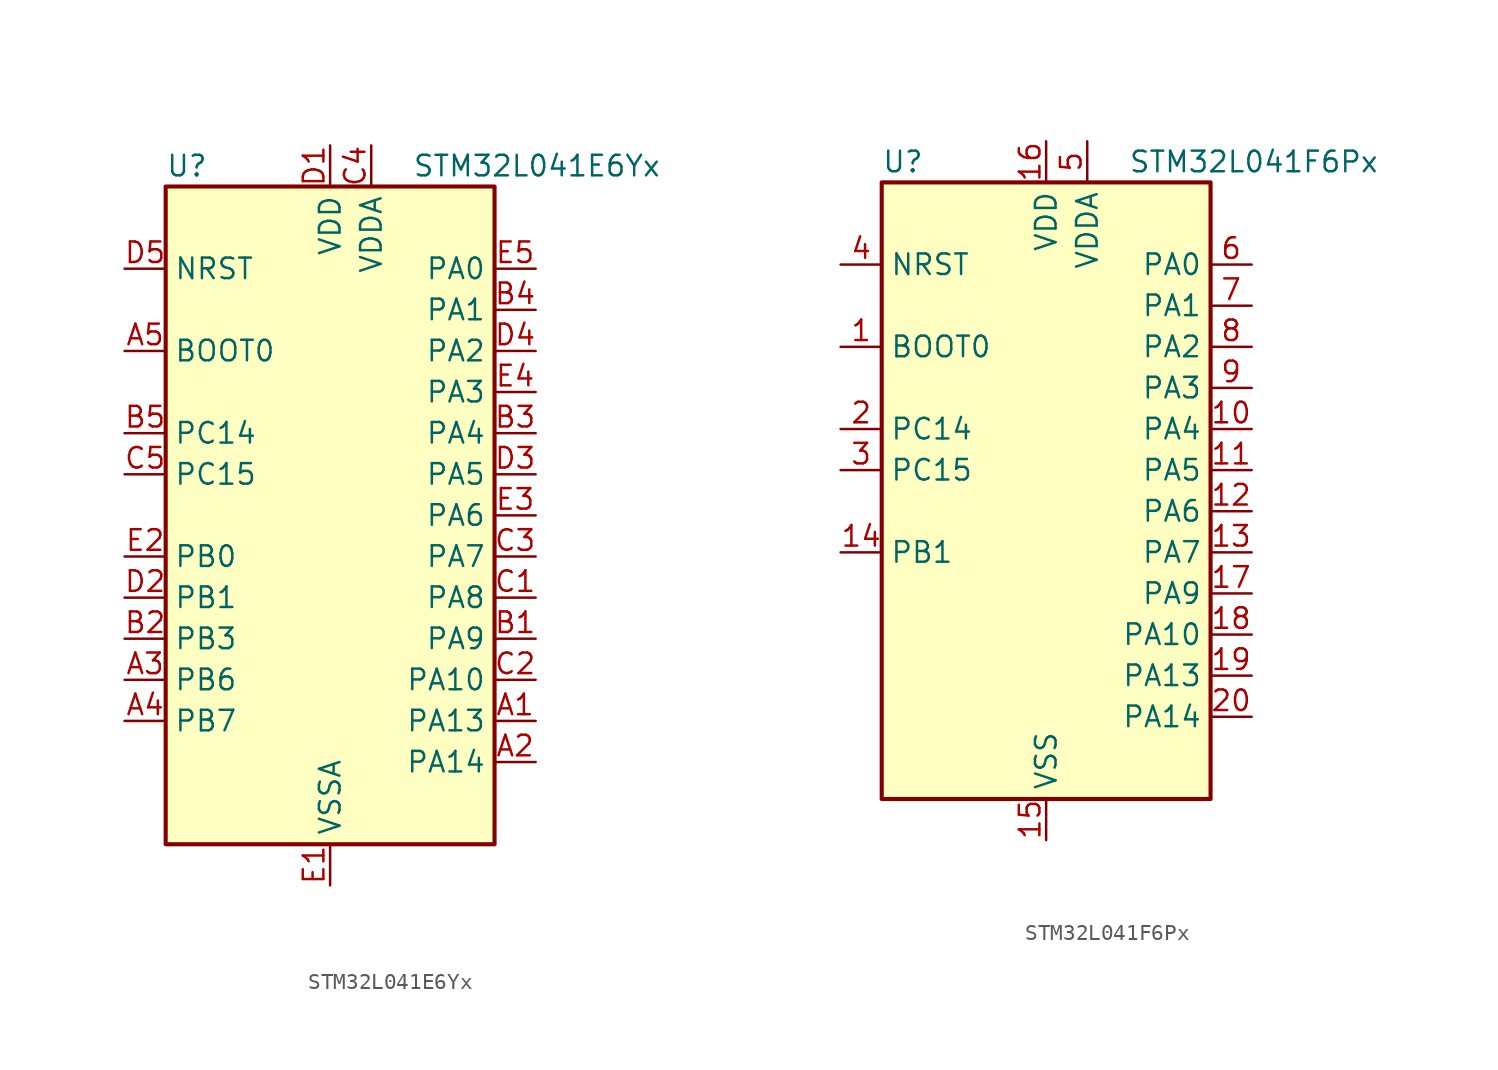
<source format=kicad_sym>
(kicad_symbol_lib
  (version 20241209)
  (generator "kicad_symbol_editor")
  (generator_version "9.0")
  (symbol "STM32L041E6Yx"
    (property "Reference" "U"
      (at -10.16 21.59 0)
      (effects (font (size 1.27 1.27)) (justify left)))
    (property "Value" "STM32L041E6Yx"
      (at 5.08 21.59 0)
      (effects (font (size 1.27 1.27)) (justify left)))
    (symbol "STM32L041E6Yx_0_1"
      (rectangle (start -10.16 -20.32) (end 10.16 20.32) (stroke (width 0.254) (type default)) (fill (type background))))
    (symbol "STM32L041E6Yx_1_1"
      (pin input line (at -12.7 15.24 0) (length 2.54) (name "NRST" (effects (font (size 1.27 1.27)))) (number "D5" (effects (font (size 1.27 1.27)))))
      (pin input line (at -12.7 10.16 0) (length 2.54) (name "BOOT0" (effects (font (size 1.27 1.27)))) (number "A5" (effects (font (size 1.27 1.27)))))
      (pin bidirectional line (at -12.7 5.08 0) (length 2.54) (name "PC14" (effects (font (size 1.27 1.27)))) (number "B5" (effects (font (size 1.27 1.27)))) (alternate "RCC_OSC32_IN" bidirectional line))
      (pin bidirectional line (at -12.7 2.54 0) (length 2.54) (name "PC15" (effects (font (size 1.27 1.27)))) (number "C5" (effects (font (size 1.27 1.27)))) (alternate "RCC_OSC32_OUT" bidirectional line))
      (pin bidirectional line (at -12.7 -2.54 0) (length 2.54) (name "PB0" (effects (font (size 1.27 1.27)))) (number "E2" (effects (font (size 1.27 1.27)))) (alternate "ADC_IN8" bidirectional line) (alternate "SPI1_MISO" bidirectional line) (alternate "SYS_VREF_OUT_PB0" bidirectional line) (alternate "TIM2_CH3" bidirectional line) (alternate "USART2_DE" bidirectional line) (alternate "USART2_RTS" bidirectional line))
      (pin bidirectional line (at -12.7 -5.08 0) (length 2.54) (name "PB1" (effects (font (size 1.27 1.27)))) (number "D2" (effects (font (size 1.27 1.27)))) (alternate "ADC_IN9" bidirectional line) (alternate "LPUART1_DE" bidirectional line) (alternate "LPUART1_RTS" bidirectional line) (alternate "SPI1_MOSI" bidirectional line) (alternate "SYS_VREF_OUT_PB1" bidirectional line) (alternate "TIM2_CH4" bidirectional line) (alternate "USART2_CK" bidirectional line))
      (pin bidirectional line (at -12.7 -7.62 0) (length 2.54) (name "PB3" (effects (font (size 1.27 1.27)))) (number "B2" (effects (font (size 1.27 1.27)))) (alternate "COMP2_INM" bidirectional line) (alternate "SPI1_SCK" bidirectional line) (alternate "TIM2_CH2" bidirectional line))
      (pin bidirectional line (at -12.7 -10.16 0) (length 2.54) (name "PB6" (effects (font (size 1.27 1.27)))) (number "A3" (effects (font (size 1.27 1.27)))) (alternate "COMP2_INP" bidirectional line) (alternate "I2C1_SCL" bidirectional line) (alternate "LPTIM1_ETR" bidirectional line) (alternate "TIM21_CH1" bidirectional line) (alternate "USART2_TX" bidirectional line))
      (pin bidirectional line (at -12.7 -12.7 0) (length 2.54) (name "PB7" (effects (font (size 1.27 1.27)))) (number "A4" (effects (font (size 1.27 1.27)))) (alternate "COMP2_INP" bidirectional line) (alternate "I2C1_SDA" bidirectional line) (alternate "LPTIM1_IN2" bidirectional line) (alternate "SYS_PVD_IN" bidirectional line) (alternate "USART2_RX" bidirectional line))
      (pin power_in line (at 0 22.86 270) (length 2.54) (name "VDD" (effects (font (size 1.27 1.27)))) (number "D1" (effects (font (size 1.27 1.27)))))
      (pin power_in line (at 0 -22.86 90) (length 2.54) (name "VSSA" (effects (font (size 1.27 1.27)))) (number "E1" (effects (font (size 1.27 1.27)))))
      (pin power_in line (at 2.54 22.86 270) (length 2.54) (name "VDDA" (effects (font (size 1.27 1.27)))) (number "C4" (effects (font (size 1.27 1.27)))))
      (pin bidirectional line (at 12.7 15.24 180) (length 2.54) (name "PA0" (effects (font (size 1.27 1.27)))) (number "E5" (effects (font (size 1.27 1.27)))) (alternate "ADC_IN0" bidirectional line) (alternate "COMP1_INM" bidirectional line) (alternate "COMP1_OUT" bidirectional line) (alternate "LPTIM1_IN1" bidirectional line) (alternate "RCC_CK_IN" bidirectional line) (alternate "RTC_TAMP2" bidirectional line) (alternate "SYS_WKUP1" bidirectional line) (alternate "TIM2_CH1" bidirectional line) (alternate "TIM2_ETR" bidirectional line) (alternate "USART2_CTS" bidirectional line))
      (pin bidirectional line (at 12.7 12.7 180) (length 2.54) (name "PA1" (effects (font (size 1.27 1.27)))) (number "B4" (effects (font (size 1.27 1.27)))) (alternate "ADC_IN1" bidirectional line) (alternate "COMP1_INP" bidirectional line) (alternate "I2C1_SMBA" bidirectional line) (alternate "LPTIM1_IN2" bidirectional line) (alternate "TIM21_ETR" bidirectional line) (alternate "TIM2_CH2" bidirectional line) (alternate "USART2_DE" bidirectional line) (alternate "USART2_RTS" bidirectional line))
      (pin bidirectional line (at 12.7 10.16 180) (length 2.54) (name "PA2" (effects (font (size 1.27 1.27)))) (number "D4" (effects (font (size 1.27 1.27)))) (alternate "ADC_IN2" bidirectional line) (alternate "COMP2_INM" bidirectional line) (alternate "COMP2_OUT" bidirectional line) (alternate "LPUART1_TX" bidirectional line) (alternate "RTC_OUT_ALARM" bidirectional line) (alternate "RTC_OUT_CALIB" bidirectional line) (alternate "RTC_TAMP3" bidirectional line) (alternate "RTC_TS" bidirectional line) (alternate "SYS_WKUP3" bidirectional line) (alternate "TIM21_CH1" bidirectional line) (alternate "TIM2_CH3" bidirectional line) (alternate "USART2_TX" bidirectional line))
      (pin bidirectional line (at 12.7 7.62 180) (length 2.54) (name "PA3" (effects (font (size 1.27 1.27)))) (number "E4" (effects (font (size 1.27 1.27)))) (alternate "ADC_IN3" bidirectional line) (alternate "COMP2_INP" bidirectional line) (alternate "LPUART1_RX" bidirectional line) (alternate "TIM21_CH2" bidirectional line) (alternate "TIM2_CH4" bidirectional line) (alternate "USART2_RX" bidirectional line))
      (pin bidirectional line (at 12.7 5.08 180) (length 2.54) (name "PA4" (effects (font (size 1.27 1.27)))) (number "B3" (effects (font (size 1.27 1.27)))) (alternate "ADC_IN4" bidirectional line) (alternate "COMP1_INM" bidirectional line) (alternate "COMP2_INM" bidirectional line) (alternate "LPTIM1_IN1" bidirectional line) (alternate "SPI1_NSS" bidirectional line) (alternate "TIM22_ETR" bidirectional line) (alternate "USART2_CK" bidirectional line))
      (pin bidirectional line (at 12.7 2.54 180) (length 2.54) (name "PA5" (effects (font (size 1.27 1.27)))) (number "D3" (effects (font (size 1.27 1.27)))) (alternate "ADC_IN5" bidirectional line) (alternate "COMP1_INM" bidirectional line) (alternate "COMP2_INM" bidirectional line) (alternate "LPTIM1_IN2" bidirectional line) (alternate "SPI1_SCK" bidirectional line) (alternate "TIM2_CH1" bidirectional line) (alternate "TIM2_ETR" bidirectional line))
      (pin bidirectional line (at 12.7 0 180) (length 2.54) (name "PA6" (effects (font (size 1.27 1.27)))) (number "E3" (effects (font (size 1.27 1.27)))) (alternate "ADC_IN6" bidirectional line) (alternate "COMP1_OUT" bidirectional line) (alternate "LPTIM1_ETR" bidirectional line) (alternate "LPUART1_CTS" bidirectional line) (alternate "SPI1_MISO" bidirectional line) (alternate "TIM22_CH1" bidirectional line))
      (pin bidirectional line (at 12.7 -2.54 180) (length 2.54) (name "PA7" (effects (font (size 1.27 1.27)))) (number "C3" (effects (font (size 1.27 1.27)))) (alternate "ADC_IN7" bidirectional line) (alternate "COMP2_OUT" bidirectional line) (alternate "LPTIM1_OUT" bidirectional line) (alternate "SPI1_MOSI" bidirectional line) (alternate "TIM22_CH2" bidirectional line) (alternate "USART2_CTS" bidirectional line))
      (pin bidirectional line (at 12.7 -5.08 180) (length 2.54) (name "PA8" (effects (font (size 1.27 1.27)))) (number "C1" (effects (font (size 1.27 1.27)))) (alternate "LPTIM1_IN1" bidirectional line) (alternate "RCC_MCO" bidirectional line) (alternate "TIM2_CH1" bidirectional line) (alternate "USART2_CK" bidirectional line))
      (pin bidirectional line (at 12.7 -7.62 180) (length 2.54) (name "PA9" (effects (font (size 1.27 1.27)))) (number "B1" (effects (font (size 1.27 1.27)))) (alternate "I2C1_SCL" bidirectional line) (alternate "RCC_MCO" bidirectional line) (alternate "TIM22_CH1" bidirectional line) (alternate "USART2_TX" bidirectional line))
      (pin bidirectional line (at 12.7 -10.16 180) (length 2.54) (name "PA10" (effects (font (size 1.27 1.27)))) (number "C2" (effects (font (size 1.27 1.27)))) (alternate "I2C1_SDA" bidirectional line) (alternate "TIM22_CH2" bidirectional line) (alternate "USART2_RX" bidirectional line))
      (pin bidirectional line (at 12.7 -12.7 180) (length 2.54) (name "PA13" (effects (font (size 1.27 1.27)))) (number "A1" (effects (font (size 1.27 1.27)))) (alternate "LPTIM1_ETR" bidirectional line) (alternate "LPUART1_RX" bidirectional line) (alternate "SYS_SWDIO" bidirectional line))
      (pin bidirectional line (at 12.7 -15.24 180) (length 2.54) (name "PA14" (effects (font (size 1.27 1.27)))) (number "A2" (effects (font (size 1.27 1.27)))) (alternate "I2C1_SMBA" bidirectional line) (alternate "LPTIM1_OUT" bidirectional line) (alternate "LPUART1_TX" bidirectional line) (alternate "SYS_SWCLK" bidirectional line) (alternate "USART2_TX" bidirectional line))))
  (symbol "STM32L041F6Px"
    (property "Reference" "U"
      (at -10.16 21.59 0)
      (effects (font (size 1.27 1.27)) (justify left)))
    (property "Value" "STM32L041F6Px"
      (at 5.08 21.59 0)
      (effects (font (size 1.27 1.27)) (justify left)))
    (symbol "STM32L041F6Px_0_1"
      (rectangle (start -10.16 -17.78) (end 10.16 20.32) (stroke (width 0.254) (type default)) (fill (type background))))
    (symbol "STM32L041F6Px_1_1"
      (pin input line (at -12.7 15.24 0) (length 2.54) (name "NRST" (effects (font (size 1.27 1.27)))) (number "4" (effects (font (size 1.27 1.27)))))
      (pin input line (at -12.7 10.16 0) (length 2.54) (name "BOOT0" (effects (font (size 1.27 1.27)))) (number "1" (effects (font (size 1.27 1.27)))))
      (pin bidirectional line (at -12.7 5.08 0) (length 2.54) (name "PC14" (effects (font (size 1.27 1.27)))) (number "2" (effects (font (size 1.27 1.27)))) (alternate "RCC_OSC32_IN" bidirectional line))
      (pin bidirectional line (at -12.7 2.54 0) (length 2.54) (name "PC15" (effects (font (size 1.27 1.27)))) (number "3" (effects (font (size 1.27 1.27)))) (alternate "RCC_OSC32_OUT" bidirectional line))
      (pin bidirectional line (at -12.7 -2.54 0) (length 2.54) (name "PB1" (effects (font (size 1.27 1.27)))) (number "14" (effects (font (size 1.27 1.27)))) (alternate "ADC_IN9" bidirectional line) (alternate "LPUART1_DE" bidirectional line) (alternate "LPUART1_RTS" bidirectional line) (alternate "SPI1_MOSI" bidirectional line) (alternate "SYS_VREF_OUT_PB1" bidirectional line) (alternate "TIM2_CH4" bidirectional line) (alternate "USART2_CK" bidirectional line))
      (pin power_in line (at 0 22.86 270) (length 2.54) (name "VDD" (effects (font (size 1.27 1.27)))) (number "16" (effects (font (size 1.27 1.27)))))
      (pin power_in line (at 0 -20.32 90) (length 2.54) (name "VSS" (effects (font (size 1.27 1.27)))) (number "15" (effects (font (size 1.27 1.27)))))
      (pin power_in line (at 2.54 22.86 270) (length 2.54) (name "VDDA" (effects (font (size 1.27 1.27)))) (number "5" (effects (font (size 1.27 1.27)))))
      (pin bidirectional line (at 12.7 15.24 180) (length 2.54) (name "PA0" (effects (font (size 1.27 1.27)))) (number "6" (effects (font (size 1.27 1.27)))) (alternate "ADC_IN0" bidirectional line) (alternate "COMP1_INM" bidirectional line) (alternate "COMP1_OUT" bidirectional line) (alternate "LPTIM1_IN1" bidirectional line) (alternate "RCC_CK_IN" bidirectional line) (alternate "RTC_TAMP2" bidirectional line) (alternate "SYS_WKUP1" bidirectional line) (alternate "TIM2_CH1" bidirectional line) (alternate "TIM2_ETR" bidirectional line) (alternate "USART2_CTS" bidirectional line))
      (pin bidirectional line (at 12.7 12.7 180) (length 2.54) (name "PA1" (effects (font (size 1.27 1.27)))) (number "7" (effects (font (size 1.27 1.27)))) (alternate "ADC_IN1" bidirectional line) (alternate "COMP1_INP" bidirectional line) (alternate "I2C1_SMBA" bidirectional line) (alternate "LPTIM1_IN2" bidirectional line) (alternate "TIM21_ETR" bidirectional line) (alternate "TIM2_CH2" bidirectional line) (alternate "USART2_DE" bidirectional line) (alternate "USART2_RTS" bidirectional line))
      (pin bidirectional line (at 12.7 10.16 180) (length 2.54) (name "PA2" (effects (font (size 1.27 1.27)))) (number "8" (effects (font (size 1.27 1.27)))) (alternate "ADC_IN2" bidirectional line) (alternate "COMP2_INM" bidirectional line) (alternate "COMP2_OUT" bidirectional line) (alternate "LPUART1_TX" bidirectional line) (alternate "RTC_OUT_ALARM" bidirectional line) (alternate "RTC_OUT_CALIB" bidirectional line) (alternate "RTC_TAMP3" bidirectional line) (alternate "RTC_TS" bidirectional line) (alternate "SYS_WKUP3" bidirectional line) (alternate "TIM21_CH1" bidirectional line) (alternate "TIM2_CH3" bidirectional line) (alternate "USART2_TX" bidirectional line))
      (pin bidirectional line (at 12.7 7.62 180) (length 2.54) (name "PA3" (effects (font (size 1.27 1.27)))) (number "9" (effects (font (size 1.27 1.27)))) (alternate "ADC_IN3" bidirectional line) (alternate "COMP2_INP" bidirectional line) (alternate "LPUART1_RX" bidirectional line) (alternate "TIM21_CH2" bidirectional line) (alternate "TIM2_CH4" bidirectional line) (alternate "USART2_RX" bidirectional line))
      (pin bidirectional line (at 12.7 5.08 180) (length 2.54) (name "PA4" (effects (font (size 1.27 1.27)))) (number "10" (effects (font (size 1.27 1.27)))) (alternate "ADC_IN4" bidirectional line) (alternate "COMP1_INM" bidirectional line) (alternate "COMP2_INM" bidirectional line) (alternate "LPTIM1_IN1" bidirectional line) (alternate "SPI1_NSS" bidirectional line) (alternate "TIM22_ETR" bidirectional line) (alternate "USART2_CK" bidirectional line))
      (pin bidirectional line (at 12.7 2.54 180) (length 2.54) (name "PA5" (effects (font (size 1.27 1.27)))) (number "11" (effects (font (size 1.27 1.27)))) (alternate "ADC_IN5" bidirectional line) (alternate "COMP1_INM" bidirectional line) (alternate "COMP2_INM" bidirectional line) (alternate "LPTIM1_IN2" bidirectional line) (alternate "SPI1_SCK" bidirectional line) (alternate "TIM2_CH1" bidirectional line) (alternate "TIM2_ETR" bidirectional line))
      (pin bidirectional line (at 12.7 0 180) (length 2.54) (name "PA6" (effects (font (size 1.27 1.27)))) (number "12" (effects (font (size 1.27 1.27)))) (alternate "ADC_IN6" bidirectional line) (alternate "COMP1_OUT" bidirectional line) (alternate "LPTIM1_ETR" bidirectional line) (alternate "LPUART1_CTS" bidirectional line) (alternate "SPI1_MISO" bidirectional line) (alternate "TIM22_CH1" bidirectional line))
      (pin bidirectional line (at 12.7 -2.54 180) (length 2.54) (name "PA7" (effects (font (size 1.27 1.27)))) (number "13" (effects (font (size 1.27 1.27)))) (alternate "ADC_IN7" bidirectional line) (alternate "COMP2_OUT" bidirectional line) (alternate "LPTIM1_OUT" bidirectional line) (alternate "SPI1_MOSI" bidirectional line) (alternate "TIM22_CH2" bidirectional line) (alternate "USART2_CTS" bidirectional line))
      (pin bidirectional line (at 12.7 -5.08 180) (length 2.54) (name "PA9" (effects (font (size 1.27 1.27)))) (number "17" (effects (font (size 1.27 1.27)))) (alternate "I2C1_SCL" bidirectional line) (alternate "RCC_MCO" bidirectional line) (alternate "TIM22_CH1" bidirectional line) (alternate "USART2_TX" bidirectional line))
      (pin bidirectional line (at 12.7 -7.62 180) (length 2.54) (name "PA10" (effects (font (size 1.27 1.27)))) (number "18" (effects (font (size 1.27 1.27)))) (alternate "I2C1_SDA" bidirectional line) (alternate "TIM22_CH2" bidirectional line) (alternate "USART2_RX" bidirectional line))
      (pin bidirectional line (at 12.7 -10.16 180) (length 2.54) (name "PA13" (effects (font (size 1.27 1.27)))) (number "19" (effects (font (size 1.27 1.27)))) (alternate "LPTIM1_ETR" bidirectional line) (alternate "LPUART1_RX" bidirectional line) (alternate "SYS_SWDIO" bidirectional line))
      (pin bidirectional line (at 12.7 -12.7 180) (length 2.54) (name "PA14" (effects (font (size 1.27 1.27)))) (number "20" (effects (font (size 1.27 1.27)))) (alternate "I2C1_SMBA" bidirectional line) (alternate "LPTIM1_OUT" bidirectional line) (alternate "LPUART1_TX" bidirectional line) (alternate "SYS_SWCLK" bidirectional line) (alternate "USART2_TX" bidirectional line)))))
</source>
